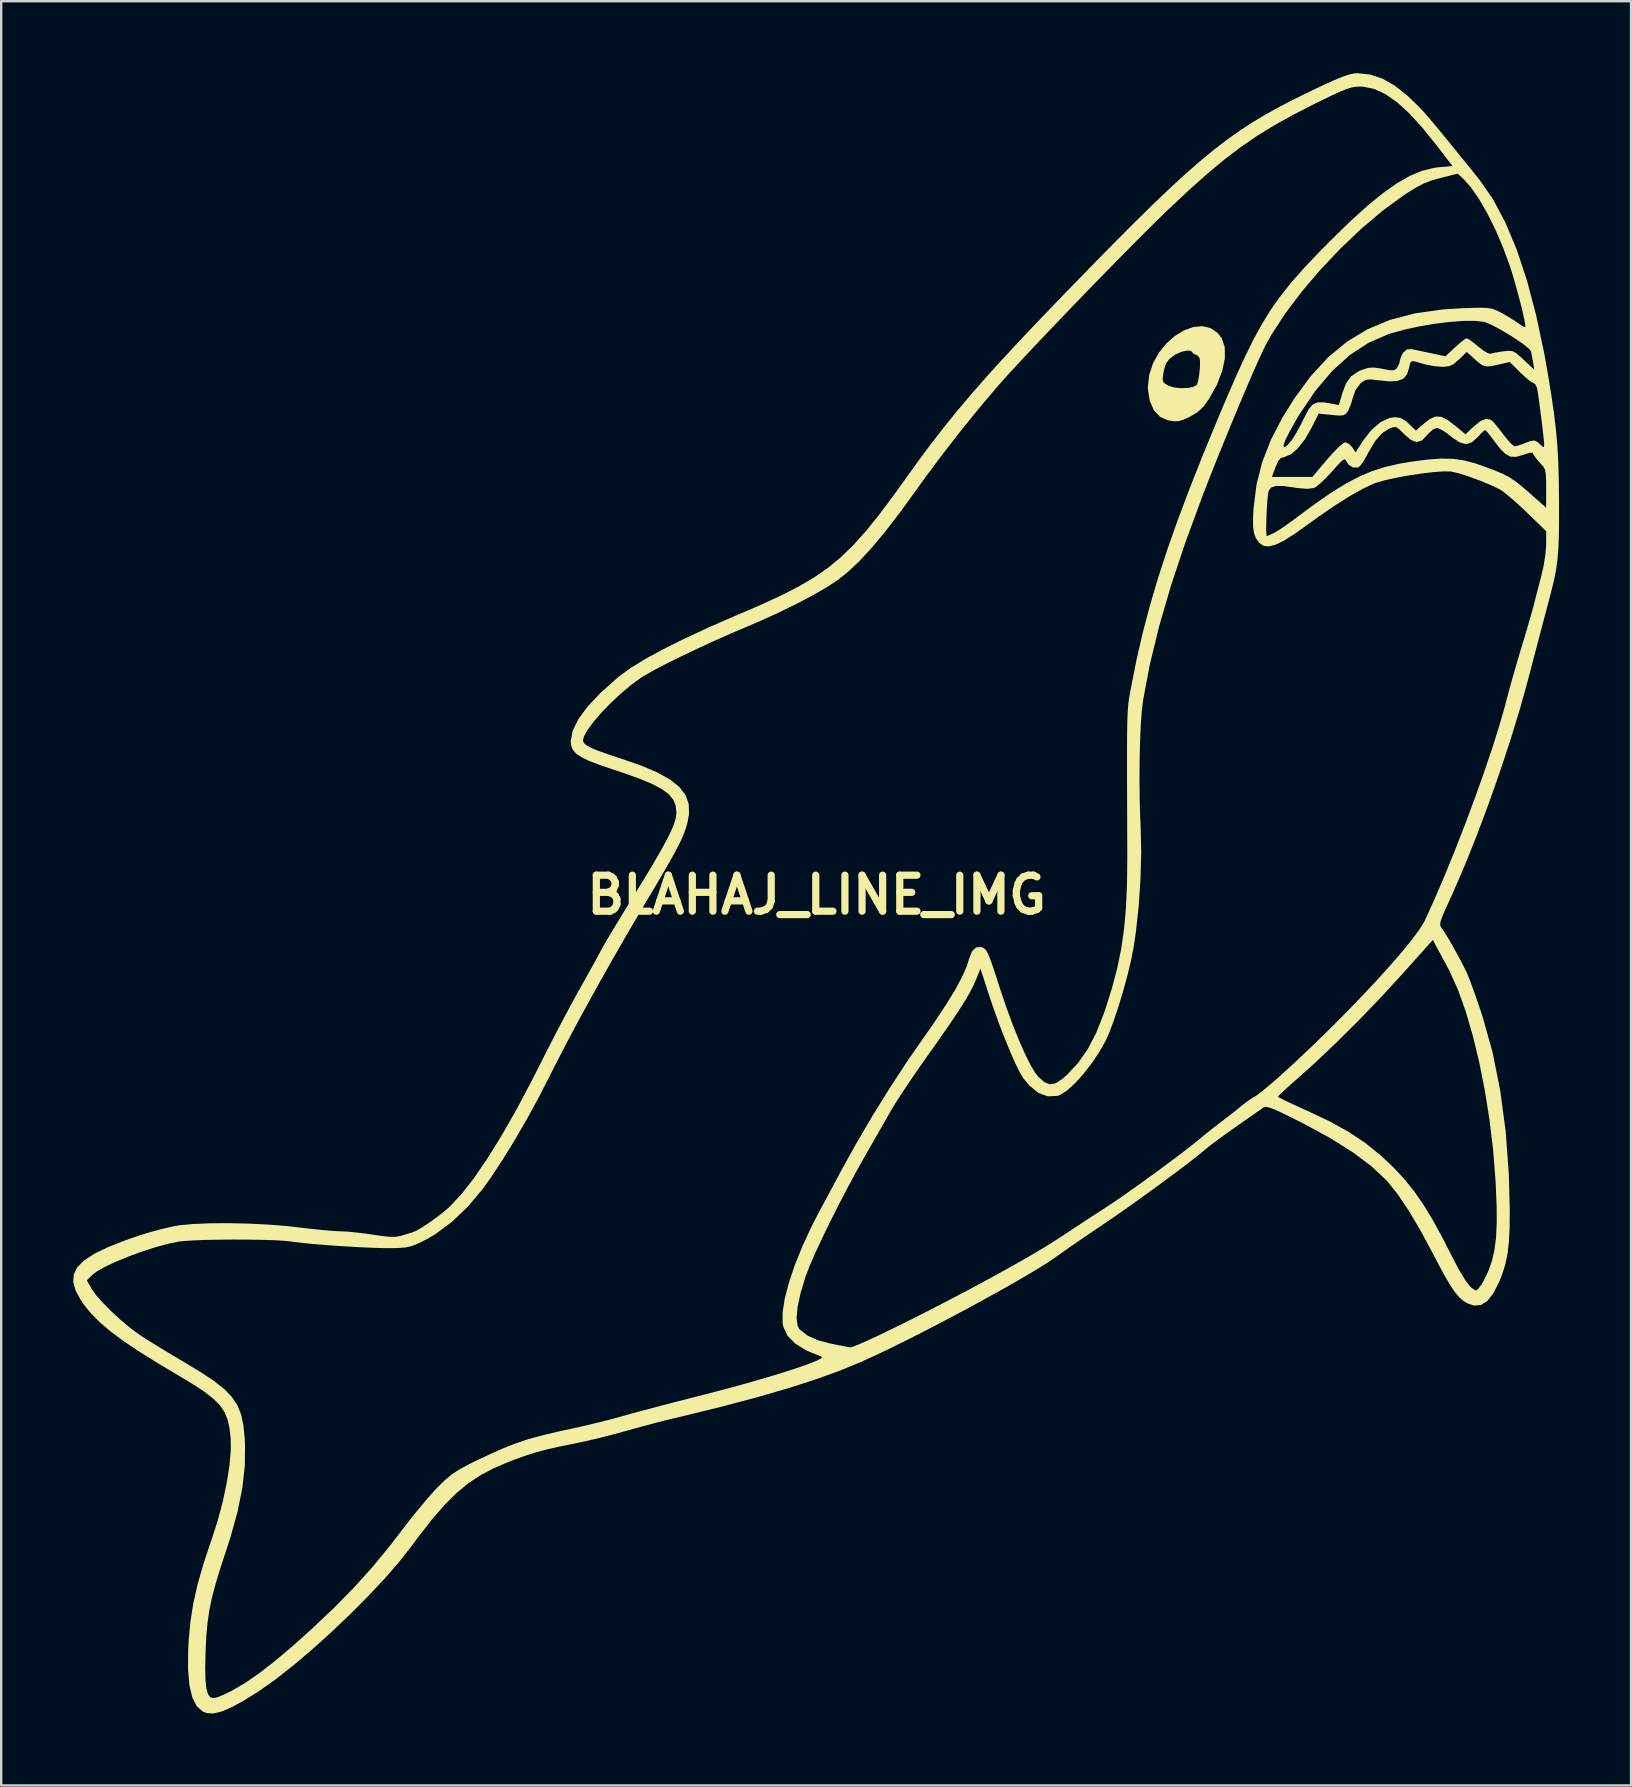
<source format=kicad_pcb>
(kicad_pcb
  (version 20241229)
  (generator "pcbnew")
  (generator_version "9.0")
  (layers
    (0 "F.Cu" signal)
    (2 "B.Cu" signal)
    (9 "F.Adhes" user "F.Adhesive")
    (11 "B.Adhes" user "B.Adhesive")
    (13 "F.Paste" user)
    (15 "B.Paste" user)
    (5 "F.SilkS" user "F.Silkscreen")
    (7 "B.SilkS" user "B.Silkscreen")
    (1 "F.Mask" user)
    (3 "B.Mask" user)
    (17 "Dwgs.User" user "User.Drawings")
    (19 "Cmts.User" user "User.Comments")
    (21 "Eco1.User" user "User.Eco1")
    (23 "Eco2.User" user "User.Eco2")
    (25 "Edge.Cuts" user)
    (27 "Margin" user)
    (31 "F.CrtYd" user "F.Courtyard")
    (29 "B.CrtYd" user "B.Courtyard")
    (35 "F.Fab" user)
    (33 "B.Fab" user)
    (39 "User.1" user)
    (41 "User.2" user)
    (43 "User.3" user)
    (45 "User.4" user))
  (footprint "BLAHAJ_LINE_IMG"
    (layer "F.Cu")
    (at 30.974 34.235)
    (property "Reference" "BLAHAJ_LINE_IMG" (at 0 0 0) (layer "F.SilkS") (effects (font (size 1.5 1.5) (thickness 0.3))))
    (attr board_only exclude_from_pos_files exclude_from_bom)
    (fp_poly (pts (xy 16.42 -23.613) (xy 16.72 -23.401) (xy 16.88 -23.188) (xy 17.005 -22.818) (xy 17.01 -22.357) (xy 16.9 -21.831) (xy 16.681 -21.263) (xy 16.357 -20.678) (xy 16.348 -20.664) (xy 16.11 -20.336) (xy 15.868 -20.11) (xy 15.572 -19.933) (xy 15.29 -19.801) (xy 15.084 -19.739) (xy 14.883 -19.734) (xy 14.647 -19.77) (xy 14.314 -19.912) (xy 14.053 -20.191) (xy 13.878 -20.584) (xy 13.803 -21.07) (xy 13.801 -21.17) (xy 13.836 -21.476) (xy 14.415 -21.476) (xy 14.457 -21.348) (xy 14.599 -21.248) (xy 14.664 -21.214) (xy 14.899 -21.14) (xy 15.192 -21.111) (xy 15.487 -21.123) (xy 15.725 -21.176) (xy 15.844 -21.256) (xy 15.898 -21.421) (xy 15.942 -21.685) (xy 15.97 -21.979) (xy 15.974 -22.234) (xy 15.955 -22.367) (xy 15.851 -22.49) (xy 15.781 -22.512) (xy 15.675 -22.561) (xy 15.663 -22.597) (xy 15.595 -22.669) (xy 15.421 -22.676) (xy 15.193 -22.624) (xy 14.957 -22.52) (xy 14.931 -22.504) (xy 14.699 -22.333) (xy 14.558 -22.141) (xy 14.472 -21.867) (xy 14.441 -21.701) (xy 14.415 -21.476) (xy 13.836 -21.476) (xy 13.86 -21.68) (xy 14.02 -22.159) (xy 14.264 -22.595) (xy 14.572 -22.975) (xy 14.925 -23.288) (xy 15.306 -23.52) (xy 15.694 -23.66) (xy 16.072 -23.695)) (stroke (width 0) (type solid)) (fill yes) (layer "F.SilkS"))
    (fp_poly (pts (xy 23.059 -34.18) (xy 23.574 -34.01) (xy 24.095 -33.713) (xy 24.64 -33.276) (xy 25.094 -32.836) (xy 25.219 -32.704) (xy 25.356 -32.553) (xy 25.516 -32.369) (xy 25.712 -32.138) (xy 25.955 -31.845) (xy 26.257 -31.476) (xy 26.63 -31.017) (xy 27.086 -30.454) (xy 27.607 -29.808) (xy 28.17 -29.001) (xy 28.689 -28.03) (xy 29.164 -26.897) (xy 29.595 -25.601) (xy 29.98 -24.144) (xy 30.322 -22.526) (xy 30.472 -21.679) (xy 30.612 -20.811) (xy 30.721 -20.063) (xy 30.802 -19.388) (xy 30.86 -18.741) (xy 30.898 -18.075) (xy 30.92 -17.344) (xy 30.931 -16.501) (xy 30.932 -16.31) (xy 30.932 -15.561) (xy 30.925 -14.949) (xy 30.905 -14.44) (xy 30.87 -14.002) (xy 30.817 -13.601) (xy 30.743 -13.205) (xy 30.643 -12.78) (xy 30.557 -12.445) (xy 30.368 -11.733) (xy 30.212 -11.142) (xy 30.078 -10.633) (xy 29.954 -10.162) (xy 29.83 -9.689) (xy 29.694 -9.171) (xy 29.64 -8.962) (xy 29.304 -7.752) (xy 28.907 -6.456) (xy 28.463 -5.114) (xy 27.988 -3.766) (xy 27.495 -2.453) (xy 26.998 -1.213) (xy 26.512 -0.088) (xy 26.358 0.247) (xy 26.17 0.659) (xy 26.05 0.947) (xy 25.989 1.139) (xy 25.979 1.261) (xy 26.012 1.341) (xy 26.02 1.352) (xy 26.142 1.525) (xy 26.316 1.808) (xy 26.52 2.162) (xy 26.731 2.543) (xy 26.925 2.911) (xy 27.08 3.225) (xy 27.12 3.313) (xy 27.218 3.559) (xy 27.353 3.925) (xy 27.51 4.371) (xy 27.674 4.855) (xy 27.754 5.097) (xy 28.162 6.556) (xy 28.481 8.145) (xy 28.708 9.848) (xy 28.841 11.648) (xy 28.879 13.125) (xy 28.873 13.858) (xy 28.843 14.458) (xy 28.784 14.961) (xy 28.691 15.403) (xy 28.559 15.82) (xy 28.448 16.098) (xy 28.202 16.589) (xy 27.948 16.917) (xy 27.677 17.088) (xy 27.382 17.108) (xy 27.132 17.025) (xy 26.949 16.918) (xy 26.774 16.766) (xy 26.592 16.548) (xy 26.389 16.246) (xy 26.151 15.838) (xy 25.864 15.305) (xy 25.704 14.996) (xy 25.163 13.989) (xy 24.663 13.145) (xy 24.202 12.461) (xy 23.78 11.936) (xy 23.732 11.884) (xy 23.117 11.307) (xy 22.342 10.725) (xy 21.404 10.135) (xy 20.301 9.536) (xy 20.281 9.526) (xy 19.752 9.259) (xy 19.352 9.065) (xy 19.062 8.934) (xy 18.86 8.859) (xy 18.726 8.831) (xy 18.641 8.843) (xy 18.614 8.858) (xy 18.494 8.943) (xy 18.265 9.104) (xy 17.956 9.32) (xy 17.596 9.572) (xy 17.468 9.661) (xy 17.08 9.936) (xy 16.716 10.201) (xy 16.413 10.429) (xy 16.204 10.594) (xy 16.171 10.623) (xy 15.917 10.835) (xy 15.547 11.125) (xy 15.086 11.475) (xy 14.56 11.866) (xy 13.993 12.281) (xy 13.41 12.702) (xy 12.835 13.11) (xy 12.293 13.487) (xy 11.896 13.757) (xy 11.429 14.072) (xy 10.969 14.385) (xy 10.553 14.673) (xy 10.213 14.911) (xy 10.009 15.058) (xy 9.658 15.299) (xy 9.175 15.601) (xy 8.582 15.953) (xy 7.901 16.343) (xy 7.153 16.76) (xy 6.36 17.193) (xy 5.542 17.629) (xy 4.722 18.058) (xy 3.92 18.467) (xy 3.159 18.845) (xy 2.459 19.181) (xy 1.845 19.461) (xy 0.971 19.821) (xy -0.025 20.181) (xy -1.151 20.544) (xy -2.418 20.913) (xy -3.832 21.29) (xy -5.403 21.678) (xy -6.011 21.822) (xy -6.368 21.909) (xy -6.831 22.03) (xy -7.346 22.168) (xy -7.856 22.309) (xy -7.94 22.333) (xy -8.468 22.477) (xy -9.034 22.621) (xy -9.573 22.749) (xy -10.021 22.845) (xy -10.057 22.852) (xy -10.715 22.985) (xy -11.256 23.108) (xy -11.729 23.236) (xy -12.187 23.383) (xy -12.678 23.563) (xy -12.854 23.632) (xy -13.463 23.892) (xy -14.009 24.181) (xy -14.515 24.517) (xy -15.001 24.918) (xy -15.489 25.403) (xy -16.001 25.99) (xy -16.557 26.699) (xy -16.906 27.17) (xy -17.402 27.801) (xy -18.012 28.501) (xy -18.71 29.243) (xy -19.468 30.003) (xy -20.26 30.755) (xy -21.059 31.473) (xy -21.839 32.132) (xy -22.571 32.706) (xy -23.23 33.171) (xy -23.241 33.178) (xy -23.863 33.566) (xy -24.375 33.847) (xy -24.792 34.024) (xy -25.13 34.104) (xy -25.404 34.092) (xy -25.579 34.025) (xy -25.829 33.799) (xy -26.013 33.433) (xy -26.133 32.924) (xy -26.19 32.267) (xy -26.184 31.457) (xy -26.162 31.046) (xy -26.088 30.268) (xy -25.968 29.509) (xy -25.792 28.727) (xy -25.551 27.883) (xy -25.236 26.937) (xy -25.192 26.812) (xy -24.949 26.056) (xy -24.742 25.274) (xy -24.578 24.503) (xy -24.465 23.78) (xy -24.408 23.141) (xy -24.412 22.671) (xy -24.46 22.232) (xy -24.54 21.864) (xy -24.67 21.546) (xy -24.868 21.257) (xy -25.151 20.975) (xy -25.535 20.681) (xy -26.039 20.353) (xy -26.623 20.003) (xy -27.518 19.469) (xy -28.274 18.995) (xy -28.907 18.568) (xy -29.431 18.177) (xy -29.862 17.81) (xy -30.215 17.456) (xy -30.506 17.102) (xy -30.665 16.871) (xy -30.876 16.48) (xy -30.974 16.129) (xy -30.969 16.058) (xy -30.405 16.058) (xy -30.211 16.404) (xy -30.019 16.676) (xy -29.721 17.012) (xy -29.352 17.382) (xy -28.943 17.754) (xy -28.529 18.095) (xy -28.143 18.374) (xy -28.136 18.379) (xy -27.859 18.555) (xy -27.476 18.792) (xy -27.03 19.063) (xy -26.561 19.343) (xy -26.324 19.483) (xy -25.642 19.896) (xy -25.098 20.259) (xy -24.676 20.594) (xy -24.359 20.923) (xy -24.132 21.268) (xy -23.979 21.65) (xy -23.884 22.091) (xy -23.831 22.612) (xy -23.816 22.894) (xy -23.823 23.769) (xy -23.924 24.689) (xy -24.122 25.68) (xy -24.423 26.765) (xy -24.602 27.32) (xy -24.855 28.089) (xy -25.051 28.739) (xy -25.199 29.306) (xy -25.306 29.829) (xy -25.38 30.346) (xy -25.428 30.893) (xy -25.458 31.508) (xy -25.459 31.525) (xy -25.474 32.182) (xy -25.464 32.686) (xy -25.428 33.052) (xy -25.362 33.295) (xy -25.263 33.429) (xy -25.131 33.47) (xy -24.977 33.432) (xy -24.724 33.331) (xy -24.422 33.187) (xy -24.354 33.152) (xy -23.815 32.837) (xy -23.219 32.425) (xy -22.552 31.907) (xy -21.804 31.273) (xy -21.064 30.609) (xy -20.114 29.711) (xy -19.275 28.858) (xy -18.51 28.009) (xy -17.783 27.125) (xy -17.332 26.539) (xy -16.984 26.087) (xy -16.615 25.627) (xy -16.258 25.2) (xy -15.947 24.847) (xy -15.809 24.7) (xy -15.486 24.383) (xy -15.197 24.141) (xy -14.887 23.937) (xy -14.498 23.728) (xy -14.302 23.631) (xy -13.629 23.311) (xy -13.057 23.057) (xy -12.538 22.852) (xy -12.026 22.681) (xy -11.474 22.528) (xy -10.837 22.376) (xy -10.268 22.253) (xy -9.721 22.131) (xy -9.123 21.988) (xy -8.547 21.842) (xy -8.067 21.71) (xy -7.713 21.611) (xy -7.229 21.48) (xy -6.648 21.326) (xy -6.004 21.158) (xy -5.33 20.984) (xy -4.699 20.823) (xy -3.916 20.621) (xy -3.157 20.415) (xy -2.437 20.211) (xy -1.771 20.014) (xy -1.175 19.828) (xy -0.664 19.659) (xy -0.253 19.511) (xy 0.041 19.391) (xy 0.204 19.301) (xy 0.22 19.248) (xy 0.212 19.245) (xy -0.421 18.984) (xy -0.894 18.693) (xy -1.213 18.366) (xy -1.387 17.994) (xy -1.414 17.853) (xy -1.416 17.616) (xy -0.835 17.616) (xy -0.794 17.948) (xy -0.711 18.104) (xy -0.392 18.354) (xy 0.058 18.557) (xy 0.508 18.678) (xy 0.878 18.753) (xy 1.119 18.8) (xy 1.266 18.828) (xy 1.356 18.842) (xy 1.423 18.849) (xy 1.534 18.817) (xy 1.769 18.723) (xy 2.098 18.578) (xy 2.493 18.396) (xy 2.749 18.274) (xy 3.649 17.834) (xy 4.579 17.366) (xy 5.517 16.882) (xy 6.44 16.396) (xy 7.325 15.918) (xy 8.149 15.462) (xy 8.89 15.04) (xy 9.525 14.663) (xy 10.032 14.344) (xy 10.075 14.316) (xy 10.547 14.004) (xy 11.021 13.692) (xy 11.46 13.404) (xy 11.824 13.167) (xy 12.023 13.04) (xy 12.372 12.809) (xy 12.814 12.504) (xy 13.319 12.148) (xy 13.855 11.762) (xy 14.394 11.368) (xy 14.903 10.99) (xy 15.352 10.65) (xy 15.711 10.368) (xy 15.875 10.234) (xy 16.204 9.963) (xy 16.562 9.678) (xy 16.849 9.459) (xy 17.165 9.218) (xy 17.494 8.959) (xy 17.693 8.795) (xy 17.932 8.607) (xy 18.143 8.463) (xy 18.244 8.409) (xy 18.247 8.407) (xy 19.22 8.407) (xy 19.294 8.455) (xy 19.497 8.558) (xy 19.803 8.704) (xy 20.187 8.88) (xy 20.465 9.005) (xy 21.379 9.438) (xy 22.163 9.872) (xy 22.854 10.331) (xy 23.488 10.841) (xy 24.052 11.373) (xy 24.483 11.837) (xy 24.884 12.334) (xy 25.272 12.89) (xy 25.664 13.533) (xy 26.078 14.289) (xy 26.458 15.036) (xy 26.767 15.627) (xy 27.035 16.066) (xy 27.259 16.349) (xy 27.436 16.474) (xy 27.477 16.48) (xy 27.568 16.411) (xy 27.699 16.234) (xy 27.791 16.077) (xy 27.986 15.673) (xy 28.134 15.255) (xy 28.24 14.799) (xy 28.307 14.279) (xy 28.336 13.671) (xy 28.332 12.951) (xy 28.296 12.094) (xy 28.282 11.851) (xy 28.183 10.606) (xy 28.033 9.36) (xy 27.838 8.137) (xy 27.604 6.96) (xy 27.335 5.852) (xy 27.038 4.838) (xy 26.717 3.942) (xy 26.377 3.187) (xy 26.31 3.058) (xy 26.13 2.725) (xy 25.963 2.415) (xy 25.839 2.184) (xy 25.82 2.148) (xy 25.675 1.875) (xy 24.403 3.295) (xy 23.521 4.256) (xy 22.601 5.213) (xy 21.677 6.132) (xy 20.785 6.978) (xy 20.045 7.643) (xy 19.736 7.915) (xy 19.48 8.147) (xy 19.3 8.317) (xy 19.222 8.402) (xy 19.22 8.407) (xy 18.247 8.407) (xy 18.368 8.329) (xy 18.589 8.158) (xy 18.877 7.919) (xy 19.205 7.635) (xy 19.289 7.561) (xy 19.983 6.927) (xy 20.688 6.26) (xy 21.391 5.574) (xy 22.079 4.883) (xy 22.736 4.202) (xy 23.351 3.545) (xy 23.91 2.926) (xy 24.398 2.361) (xy 24.804 1.863) (xy 25.112 1.447) (xy 25.311 1.127) (xy 25.333 1.082) (xy 25.736 0.199) (xy 26.156 -0.781) (xy 26.583 -1.828) (xy 27.006 -2.911) (xy 27.414 -4.002) (xy 27.795 -5.07) (xy 28.14 -6.086) (xy 28.435 -7.02) (xy 28.672 -7.843) (xy 28.742 -8.113) (xy 28.844 -8.502) (xy 28.982 -9) (xy 29.141 -9.552) (xy 29.304 -10.104) (xy 29.369 -10.321) (xy 29.517 -10.812) (xy 29.655 -11.279) (xy 29.772 -11.684) (xy 29.857 -11.989) (xy 29.887 -12.105) (xy 29.958 -12.388) (xy 30.056 -12.765) (xy 30.162 -13.17) (xy 30.193 -13.29) (xy 30.294 -13.736) (xy 30.365 -14.19) (xy 30.395 -14.57) (xy 30.395 -14.602) (xy 30.395 -15.153) (xy 29.574 -15.951) (xy 29.242 -16.263) (xy 28.925 -16.543) (xy 28.656 -16.762) (xy 28.469 -16.893) (xy 28.452 -16.902) (xy 28.049 -17.091) (xy 27.601 -17.275) (xy 27.154 -17.439) (xy 26.756 -17.565) (xy 26.455 -17.635) (xy 26.416 -17.641) (xy 26.12 -17.646) (xy 25.702 -17.616) (xy 25.208 -17.557) (xy 24.679 -17.477) (xy 24.159 -17.382) (xy 23.692 -17.279) (xy 23.321 -17.175) (xy 23.2 -17.131) (xy 22.747 -16.916) (xy 22.193 -16.603) (xy 21.567 -16.207) (xy 20.892 -15.744) (xy 20.465 -15.434) (xy 19.914 -15.04) (xy 19.469 -14.76) (xy 19.114 -14.588) (xy 18.835 -14.518) (xy 18.618 -14.545) (xy 18.446 -14.663) (xy 18.434 -14.675) (xy 18.303 -14.857) (xy 18.222 -15.075) (xy 18.208 -15.181) (xy 18.731 -15.181) (xy 18.741 -14.999) (xy 18.757 -14.951) (xy 18.857 -14.986) (xy 19.041 -15.073) (xy 19.075 -15.09) (xy 19.265 -15.204) (xy 19.54 -15.39) (xy 19.853 -15.615) (xy 19.981 -15.711) (xy 20.755 -16.285) (xy 21.432 -16.754) (xy 22.04 -17.131) (xy 22.604 -17.428) (xy 23.15 -17.658) (xy 23.705 -17.833) (xy 24.295 -17.968) (xy 24.786 -18.05) (xy 25.473 -18.14) (xy 26.04 -18.179) (xy 26.529 -18.167) (xy 26.982 -18.101) (xy 27.443 -17.978) (xy 27.722 -17.882) (xy 28.196 -17.706) (xy 28.553 -17.559) (xy 28.837 -17.416) (xy 29.093 -17.25) (xy 29.365 -17.036) (xy 29.696 -16.749) (xy 29.723 -16.726) (xy 30.395 -16.131) (xy 30.395 -16.936) (xy 30.393 -17.315) (xy 30.378 -17.566) (xy 30.341 -17.731) (xy 30.273 -17.853) (xy 30.164 -17.973) (xy 30.155 -17.982) (xy 29.99 -18.169) (xy 29.883 -18.325) (xy 29.872 -18.35) (xy 29.827 -18.419) (xy 29.728 -18.425) (xy 29.532 -18.367) (xy 29.432 -18.331) (xy 29.142 -18.25) (xy 28.907 -18.259) (xy 28.692 -18.375) (xy 28.46 -18.613) (xy 28.263 -18.871) (xy 28.08 -19.114) (xy 27.935 -19.291) (xy 27.855 -19.368) (xy 27.852 -19.369) (xy 27.771 -19.311) (xy 27.623 -19.163) (xy 27.539 -19.071) (xy 27.299 -18.855) (xy 27.062 -18.78) (xy 26.801 -18.847) (xy 26.485 -19.057) (xy 26.416 -19.114) (xy 26.174 -19.294) (xy 25.957 -19.418) (xy 25.837 -19.454) (xy 25.673 -19.387) (xy 25.484 -19.215) (xy 25.437 -19.156) (xy 25.219 -18.935) (xy 25.004 -18.866) (xy 24.767 -18.951) (xy 24.486 -19.191) (xy 24.475 -19.202) (xy 24.282 -19.395) (xy 24.152 -19.485) (xy 24.033 -19.49) (xy 23.868 -19.431) (xy 23.851 -19.424) (xy 23.559 -19.236) (xy 23.277 -18.915) (xy 22.992 -18.444) (xy 22.916 -18.296) (xy 22.774 -18.048) (xy 22.636 -17.867) (xy 22.561 -17.808) (xy 22.353 -17.807) (xy 22.158 -17.927) (xy 22.057 -18.089) (xy 22.018 -18.148) (xy 21.944 -18.13) (xy 21.815 -18.019) (xy 21.612 -17.8) (xy 21.474 -17.643) (xy 21.217 -17.366) (xy 20.973 -17.135) (xy 20.78 -16.985) (xy 20.716 -16.952) (xy 20.444 -16.918) (xy 20.02 -16.953) (xy 19.854 -16.979) (xy 19.427 -17.037) (xy 19.135 -17.038) (xy 18.949 -16.979) (xy 18.845 -16.857) (xy 18.836 -16.838) (xy 18.808 -16.7) (xy 18.782 -16.452) (xy 18.76 -16.135) (xy 18.743 -15.79) (xy 18.733 -15.458) (xy 18.731 -15.181) (xy 18.208 -15.181) (xy 18.184 -15.366) (xy 18.185 -15.764) (xy 18.207 -16.14) (xy 18.329 -17.1) (xy 18.409 -17.415) (xy 18.968 -17.415) (xy 19.812 -17.415) (xy 20.656 -17.415) (xy 21.266 -18.137) (xy 21.535 -18.44) (xy 21.772 -18.677) (xy 21.949 -18.824) (xy 22.027 -18.859) (xy 22.18 -18.793) (xy 22.317 -18.647) (xy 22.455 -18.436) (xy 22.78 -18.941) (xy 23.121 -19.379) (xy 23.495 -19.695) (xy 23.875 -19.872) (xy 24.083 -19.903) (xy 24.323 -19.874) (xy 24.541 -19.748) (xy 24.676 -19.628) (xy 24.968 -19.343) (xy 25.27 -19.61) (xy 25.551 -19.829) (xy 25.791 -19.933) (xy 26.027 -19.918) (xy 26.297 -19.782) (xy 26.639 -19.522) (xy 26.671 -19.495) (xy 27.035 -19.19) (xy 27.339 -19.482) (xy 27.648 -19.735) (xy 27.896 -19.837) (xy 28.095 -19.793) (xy 28.123 -19.772) (xy 28.239 -19.653) (xy 28.415 -19.44) (xy 28.613 -19.181) (xy 28.616 -19.177) (xy 28.808 -18.937) (xy 28.973 -18.762) (xy 29.078 -18.689) (xy 29.083 -18.689) (xy 29.226 -18.72) (xy 29.444 -18.796) (xy 29.493 -18.816) (xy 29.749 -18.913) (xy 29.912 -18.93) (xy 30.043 -18.865) (xy 30.141 -18.774) (xy 30.262 -18.66) (xy 30.305 -18.666) (xy 30.311 -18.77) (xy 30.3 -18.927) (xy 30.27 -19.211) (xy 30.228 -19.576) (xy 30.177 -19.982) (xy 30.125 -20.385) (xy 30.075 -20.743) (xy 30.035 -21.012) (xy 30.013 -21.131) (xy 29.94 -21.28) (xy 29.867 -21.322) (xy 29.761 -21.379) (xy 29.576 -21.527) (xy 29.348 -21.736) (xy 29.322 -21.762) (xy 28.877 -22.203) (xy 28.445 -22.102) (xy 28.122 -22.033) (xy 27.906 -22.017) (xy 27.739 -22.066) (xy 27.565 -22.191) (xy 27.428 -22.313) (xy 27.086 -22.623) (xy 26.768 -22.313) (xy 26.548 -22.12) (xy 26.353 -22.028) (xy 26.107 -22.002) (xy 26.066 -22.002) (xy 25.74 -22.029) (xy 25.382 -22.097) (xy 25.265 -22.129) (xy 24.984 -22.212) (xy 24.825 -22.239) (xy 24.747 -22.199) (xy 24.708 -22.079) (xy 24.688 -21.971) (xy 24.603 -21.694) (xy 24.453 -21.513) (xy 24.216 -21.416) (xy 23.867 -21.396) (xy 23.383 -21.443) (xy 23.363 -21.446) (xy 23.08 -21.477) (xy 22.898 -21.461) (xy 22.753 -21.387) (xy 22.66 -21.311) (xy 22.454 -21.038) (xy 22.343 -20.728) (xy 22.261 -20.444) (xy 22.159 -20.2) (xy 22.127 -20.144) (xy 22.042 -20.035) (xy 21.938 -19.981) (xy 21.766 -19.971) (xy 21.478 -19.995) (xy 21.456 -19.997) (xy 20.917 -20.052) (xy 20.619 -19.459) (xy 20.344 -18.983) (xy 20.052 -18.608) (xy 19.765 -18.357) (xy 19.5 -18.249) (xy 19.5 -18.249) (xy 19.344 -18.202) (xy 19.231 -18.078) (xy 19.123 -17.833) (xy 19.117 -17.818) (xy 18.968 -17.415) (xy 18.409 -17.415) (xy 18.563 -18.025) (xy 18.836 -18.732) (xy 19.452 -18.732) (xy 19.472 -18.65) (xy 19.509 -18.655) (xy 19.628 -18.75) (xy 19.784 -18.934) (xy 19.841 -19.014) (xy 19.988 -19.255) (xy 20.165 -19.578) (xy 20.321 -19.892) (xy 20.5 -20.232) (xy 20.671 -20.434) (xy 20.875 -20.521) (xy 21.156 -20.517) (xy 21.37 -20.483) (xy 21.761 -20.41) (xy 21.897 -20.887) (xy 22.053 -21.307) (xy 22.262 -21.598) (xy 22.558 -21.803) (xy 22.736 -21.88) (xy 22.978 -21.957) (xy 23.2 -21.974) (xy 23.48 -21.937) (xy 23.586 -21.916) (xy 23.866 -21.863) (xy 24.031 -21.856) (xy 24.128 -21.899) (xy 24.188 -21.967) (xy 24.279 -22.15) (xy 24.299 -22.254) (xy 24.346 -22.421) (xy 24.437 -22.586) (xy 24.592 -22.73) (xy 24.795 -22.737) (xy 24.797 -22.737) (xy 24.992 -22.696) (xy 25.288 -22.633) (xy 25.61 -22.565) (xy 26.201 -22.44) (xy 26.601 -22.816) (xy 26.82 -23.009) (xy 26.995 -23.145) (xy 27.085 -23.191) (xy 27.188 -23.139) (xy 27.374 -23.004) (xy 27.565 -22.847) (xy 27.791 -22.672) (xy 27.979 -22.565) (xy 28.077 -22.546) (xy 28.225 -22.583) (xy 28.47 -22.626) (xy 28.609 -22.646) (xy 28.833 -22.67) (xy 28.992 -22.654) (xy 29.141 -22.576) (xy 29.332 -22.414) (xy 29.464 -22.291) (xy 29.902 -21.88) (xy 29.846 -22.217) (xy 29.802 -22.458) (xy 29.765 -22.632) (xy 29.758 -22.655) (xy 29.664 -22.769) (xy 29.454 -22.939) (xy 29.164 -23.141) (xy 28.828 -23.355) (xy 28.482 -23.558) (xy 28.161 -23.729) (xy 27.9 -23.844) (xy 27.798 -23.876) (xy 27.434 -23.918) (xy 26.945 -23.915) (xy 26.367 -23.872) (xy 25.738 -23.793) (xy 25.093 -23.683) (xy 24.47 -23.547) (xy 23.905 -23.389) (xy 23.812 -23.359) (xy 22.99 -23.001) (xy 22.214 -22.492) (xy 21.479 -21.828) (xy 20.781 -21.005) (xy 20.116 -20.02) (xy 19.973 -19.779) (xy 19.703 -19.298) (xy 19.529 -18.949) (xy 19.452 -18.732) (xy 18.836 -18.732) (xy 18.918 -18.944) (xy 19.406 -19.887) (xy 19.902 -20.681) (xy 20.592 -21.618) (xy 21.319 -22.406) (xy 22.1 -23.052) (xy 22.949 -23.565) (xy 23.883 -23.954) (xy 24.916 -24.226) (xy 26.064 -24.39) (xy 26.884 -24.442) (xy 27.358 -24.459) (xy 27.698 -24.464) (xy 27.942 -24.454) (xy 28.123 -24.425) (xy 28.279 -24.373) (xy 28.446 -24.295) (xy 28.493 -24.271) (xy 28.796 -24.101) (xy 29.09 -23.917) (xy 29.204 -23.836) (xy 29.388 -23.71) (xy 29.508 -23.65) (xy 29.528 -23.652) (xy 29.526 -23.749) (xy 29.484 -23.977) (xy 29.411 -24.304) (xy 29.314 -24.699) (xy 29.201 -25.128) (xy 29.08 -25.56) (xy 28.96 -25.964) (xy 28.877 -26.22) (xy 28.597 -26.982) (xy 28.28 -27.718) (xy 27.94 -28.401) (xy 27.592 -29.001) (xy 27.253 -29.491) (xy 26.952 -29.828) (xy 26.712 -30.051) (xy 25.99 -29.87) (xy 25.622 -29.767) (xy 25.302 -29.643) (xy 24.977 -29.475) (xy 24.592 -29.235) (xy 24.424 -29.123) (xy 23.563 -28.491) (xy 22.686 -27.748) (xy 21.817 -26.921) (xy 20.983 -26.04) (xy 20.211 -25.132) (xy 19.527 -24.226) (xy 18.956 -23.351) (xy 18.725 -22.941) (xy 18.582 -22.649) (xy 18.386 -22.222) (xy 18.147 -21.681) (xy 17.875 -21.047) (xy 17.578 -20.344) (xy 17.266 -19.593) (xy 16.947 -18.816) (xy 16.633 -18.036) (xy 16.33 -17.274) (xy 16.088 -16.65) (xy 15.37 -14.705) (xy 14.763 -12.883) (xy 14.268 -11.182) (xy 13.882 -9.598) (xy 13.605 -8.128) (xy 13.596 -8.07) (xy 13.544 -7.621) (xy 13.503 -7.035) (xy 13.474 -6.344) (xy 13.456 -5.582) (xy 13.452 -4.781) (xy 13.46 -3.973) (xy 13.483 -3.193) (xy 13.5 -2.803) (xy 13.523 -1.784) (xy 13.494 -0.672) (xy 13.419 0.466) (xy 13.3 1.561) (xy 13.203 2.209) (xy 13.096 2.748) (xy 12.948 3.364) (xy 12.77 4.014) (xy 12.575 4.657) (xy 12.376 5.251) (xy 12.186 5.755) (xy 12.043 6.074) (xy 11.771 6.556) (xy 11.451 7.032) (xy 11.104 7.475) (xy 10.755 7.858) (xy 10.426 8.154) (xy 10.141 8.337) (xy 10.042 8.373) (xy 9.632 8.394) (xy 9.237 8.247) (xy 8.853 7.932) (xy 8.616 7.645) (xy 8.468 7.4) (xy 8.281 7.021) (xy 8.066 6.536) (xy 7.835 5.973) (xy 7.599 5.361) (xy 7.37 4.726) (xy 7.19 4.192) (xy 6.826 3.074) (xy 6.643 3.525) (xy 6.525 3.791) (xy 6.371 4.087) (xy 6.17 4.431) (xy 5.912 4.838) (xy 5.585 5.326) (xy 5.179 5.914) (xy 4.682 6.617) (xy 4.615 6.711) (xy 4.26 7.216) (xy 3.912 7.723) (xy 3.592 8.202) (xy 3.323 8.618) (xy 3.125 8.938) (xy 3.087 9.005) (xy 2.876 9.375) (xy 2.616 9.832) (xy 2.341 10.312) (xy 2.115 10.704) (xy 1.726 11.393) (xy 1.331 12.124) (xy 0.941 12.87) (xy 0.57 13.603) (xy 0.233 14.298) (xy -0.06 14.927) (xy -0.293 15.464) (xy -0.454 15.883) (xy -0.46 15.901) (xy -0.667 16.581) (xy -0.792 17.156) (xy -0.835 17.616) (xy -1.416 17.616) (xy -1.418 17.403) (xy -1.331 16.836) (xy -1.161 16.174) (xy -0.914 15.438) (xy -0.598 14.65) (xy -0.219 13.832) (xy 0.076 13.258) (xy 0.322 12.801) (xy 0.561 12.356) (xy 0.771 11.964) (xy 0.932 11.662) (xy 0.99 11.553) (xy 1.628 10.398) (xy 2.331 9.199) (xy 3.068 8.013) (xy 3.803 6.893) (xy 4.308 6.165) (xy 4.9 5.317) (xy 5.385 4.585) (xy 5.768 3.959) (xy 6.054 3.428) (xy 6.251 2.983) (xy 6.354 2.656) (xy 6.474 2.354) (xy 6.648 2.188) (xy 6.856 2.171) (xy 6.931 2.202) (xy 7.004 2.25) (xy 7.069 2.322) (xy 7.137 2.441) (xy 7.217 2.631) (xy 7.318 2.915) (xy 7.451 3.315) (xy 7.622 3.847) (xy 7.881 4.619) (xy 8.147 5.349) (xy 8.413 6.015) (xy 8.668 6.597) (xy 8.904 7.072) (xy 9.11 7.42) (xy 9.23 7.572) (xy 9.486 7.8) (xy 9.718 7.894) (xy 9.957 7.85) (xy 10.237 7.667) (xy 10.431 7.497) (xy 10.892 7.005) (xy 11.289 6.437) (xy 11.64 5.766) (xy 11.96 4.961) (xy 12.049 4.702) (xy 12.315 3.85) (xy 12.526 3.045) (xy 12.689 2.252) (xy 12.807 1.436) (xy 12.886 0.563) (xy 12.93 -0.402) (xy 12.944 -1.493) (xy 12.944 -1.741) (xy 12.939 -2.886) (xy 12.936 -3.873) (xy 12.933 -4.718) (xy 12.932 -5.434) (xy 12.932 -6.034) (xy 12.935 -6.531) (xy 12.939 -6.94) (xy 12.947 -7.273) (xy 12.957 -7.545) (xy 12.97 -7.768) (xy 12.987 -7.957) (xy 13.008 -8.124) (xy 13.034 -8.284) (xy 13.063 -8.449) (xy 13.098 -8.634) (xy 13.112 -8.707) (xy 13.331 -9.808) (xy 13.583 -10.904) (xy 13.874 -12.012) (xy 14.21 -13.152) (xy 14.596 -14.342) (xy 15.039 -15.6) (xy 15.545 -16.944) (xy 16.119 -18.393) (xy 16.769 -19.965) (xy 17.026 -20.573) (xy 17.45 -21.555) (xy 17.836 -22.402) (xy 18.2 -23.14) (xy 18.559 -23.794) (xy 18.929 -24.39) (xy 19.328 -24.953) (xy 19.772 -25.51) (xy 20.278 -26.085) (xy 20.864 -26.705) (xy 21.419 -27.269) (xy 22.224 -28.054) (xy 22.945 -28.707) (xy 23.594 -29.237) (xy 24.183 -29.652) (xy 24.725 -29.961) (xy 25.23 -30.17) (xy 25.713 -30.29) (xy 25.907 -30.315) (xy 26.49 -30.37) (xy 25.85 -31.204) (xy 25.24 -31.962) (xy 24.683 -32.57) (xy 24.169 -33.037) (xy 23.687 -33.371) (xy 23.227 -33.58) (xy 22.778 -33.672) (xy 22.646 -33.678) (xy 22.476 -33.672) (xy 22.302 -33.643) (xy 22.096 -33.581) (xy 21.833 -33.476) (xy 21.488 -33.32) (xy 21.034 -33.1) (xy 20.695 -32.933) (xy 19.842 -32.495) (xy 19.071 -32.067) (xy 18.357 -31.628) (xy 17.673 -31.159) (xy 16.99 -30.64) (xy 16.282 -30.051) (xy 15.522 -29.373) (xy 14.683 -28.586) (xy 14.613 -28.52) (xy 14.18 -28.099) (xy 13.661 -27.585) (xy 13.074 -26.995) (xy 12.437 -26.348) (xy 11.768 -25.664) (xy 11.086 -24.961) (xy 10.408 -24.258) (xy 9.754 -23.574) (xy 9.14 -22.927) (xy 8.586 -22.337) (xy 8.109 -21.822) (xy 7.728 -21.402) (xy 7.62 -21.28) (xy 6.86 -20.388) (xy 6.063 -19.407) (xy 5.273 -18.394) (xy 4.536 -17.406) (xy 4.208 -16.949) (xy 3.513 -15.989) (xy 2.885 -15.17) (xy 2.313 -14.482) (xy 1.788 -13.913) (xy 1.302 -13.454) (xy 0.888 -13.124) (xy 0.414 -12.813) (xy -0.192 -12.464) (xy -0.902 -12.093) (xy -1.687 -11.713) (xy -2.519 -11.339) (xy -2.887 -11.183) (xy -3.586 -10.884) (xy -4.3 -10.567) (xy -5.001 -10.244) (xy -5.665 -9.927) (xy -6.264 -9.63) (xy -6.773 -9.364) (xy -7.166 -9.142) (xy -7.325 -9.043) (xy -7.735 -8.744) (xy -8.156 -8.39) (xy -8.568 -8.005) (xy -8.949 -7.611) (xy -9.278 -7.233) (xy -9.532 -6.892) (xy -9.692 -6.612) (xy -9.737 -6.442) (xy -9.706 -6.341) (xy -9.601 -6.24) (xy -9.405 -6.13) (xy -9.098 -6.002) (xy -8.662 -5.847) (xy -8.143 -5.676) (xy -7.304 -5.385) (xy -6.625 -5.096) (xy -6.097 -4.8) (xy -5.712 -4.489) (xy -5.459 -4.155) (xy -5.329 -3.787) (xy -5.315 -3.378) (xy -5.383 -3.005) (xy -5.442 -2.795) (xy -5.516 -2.584) (xy -5.613 -2.352) (xy -5.743 -2.081) (xy -5.916 -1.753) (xy -6.142 -1.35) (xy -6.429 -0.852) (xy -6.789 -0.243) (xy -7.11 0.297) (xy -7.837 1.531) (xy -8.551 2.771) (xy -9.236 3.99) (xy -9.879 5.161) (xy -10.462 6.256) (xy -10.973 7.248) (xy -11.15 7.603) (xy -11.591 8.463) (xy -12.073 9.343) (xy -12.574 10.208) (xy -13.074 11.02) (xy -13.549 11.743) (xy -13.916 12.256) (xy -14.531 12.988) (xy -15.197 13.624) (xy -15.884 14.135) (xy -16.252 14.349) (xy -16.599 14.523) (xy -16.867 14.63) (xy -17.121 14.687) (xy -17.429 14.712) (xy -17.628 14.718) (xy -18 14.718) (xy -18.492 14.703) (xy -19.065 14.677) (xy -19.68 14.641) (xy -20.298 14.6) (xy -20.879 14.554) (xy -21.384 14.506) (xy -21.775 14.46) (xy -21.886 14.443) (xy -22.171 14.412) (xy -22.59 14.388) (xy -23.109 14.372) (xy -23.693 14.362) (xy -24.309 14.36) (xy -24.921 14.365) (xy -25.494 14.377) (xy -25.995 14.397) (xy -26.389 14.423) (xy -26.585 14.446) (xy -27.044 14.541) (xy -27.568 14.686) (xy -28.123 14.866) (xy -28.676 15.069) (xy -29.194 15.282) (xy -29.643 15.493) (xy -29.99 15.688) (xy -30.186 15.838) (xy -30.405 16.058) (xy -30.969 16.058) (xy -30.951 15.807) (xy -30.8 15.509) (xy -30.515 15.225) (xy -30.087 14.948) (xy -29.511 14.67) (xy -28.778 14.384) (xy -28.236 14.196) (xy -27.77 14.052) (xy -27.286 13.921) (xy -26.847 13.819) (xy -26.558 13.767) (xy -25.993 13.713) (xy -25.301 13.683) (xy -24.526 13.677) (xy -23.707 13.694) (xy -22.888 13.733) (xy -22.11 13.794) (xy -21.632 13.847) (xy -21.132 13.906) (xy -20.654 13.956) (xy -20.239 13.994) (xy -19.93 14.014) (xy -19.83 14.017) (xy -19.548 14.03) (xy -19.161 14.067) (xy -18.731 14.12) (xy -18.488 14.156) (xy -18.064 14.217) (xy -17.762 14.247) (xy -17.539 14.245) (xy -17.349 14.213) (xy -17.245 14.182) (xy -17.02 14.113) (xy -16.873 14.069) (xy -16.849 14.063) (xy -16.687 13.997) (xy -16.433 13.849) (xy -16.124 13.645) (xy -15.8 13.411) (xy -15.497 13.174) (xy -15.293 12.995) (xy -14.814 12.486) (xy -14.292 11.821) (xy -13.732 11.006) (xy -13.138 10.049) (xy -12.514 8.957) (xy -11.866 7.736) (xy -11.519 7.051) (xy -11.21 6.438) (xy -10.874 5.786) (xy -10.534 5.139) (xy -10.216 4.543) (xy -9.942 4.044) (xy -9.889 3.95) (xy -9.635 3.499) (xy -9.396 3.07) (xy -9.191 2.697) (xy -9.038 2.415) (xy -8.975 2.294) (xy -8.875 2.114) (xy -8.702 1.816) (xy -8.468 1.425) (xy -8.19 0.965) (xy -7.882 0.463) (xy -7.675 0.127) (xy -7.193 -0.656) (xy -6.798 -1.313) (xy -6.483 -1.858) (xy -6.24 -2.304) (xy -6.062 -2.666) (xy -5.941 -2.959) (xy -5.871 -3.197) (xy -5.843 -3.393) (xy -5.842 -3.437) (xy -5.873 -3.719) (xy -5.974 -3.968) (xy -6.162 -4.195) (xy -6.451 -4.41) (xy -6.855 -4.624) (xy -7.39 -4.847) (xy -8.071 -5.088) (xy -8.367 -5.186) (xy -8.981 -5.393) (xy -9.449 -5.571) (xy -9.79 -5.732) (xy -10.021 -5.888) (xy -10.162 -6.052) (xy -10.23 -6.234) (xy -10.245 -6.406) (xy -10.165 -6.836) (xy -9.93 -7.317) (xy -9.542 -7.846) (xy -9.004 -8.418) (xy -8.32 -9.028) (xy -8.175 -9.147) (xy -7.728 -9.469) (xy -7.13 -9.834) (xy -6.393 -10.234) (xy -5.53 -10.665) (xy -4.552 -11.12) (xy -3.471 -11.594) (xy -3.26 -11.683) (xy -2.295 -12.098) (xy -1.46 -12.484) (xy -0.732 -12.857) (xy -0.09 -13.236) (xy 0.488 -13.638) (xy 1.025 -14.083) (xy 1.543 -14.586) (xy 2.063 -15.168) (xy 2.608 -15.845) (xy 3.199 -16.635) (xy 3.729 -17.372) (xy 4.26 -18.109) (xy 4.779 -18.807) (xy 5.302 -19.481) (xy 5.844 -20.151) (xy 6.419 -20.833) (xy 7.042 -21.545) (xy 7.728 -22.303) (xy 8.493 -23.126) (xy 9.35 -24.03) (xy 10.316 -25.032) (xy 10.343 -25.06) (xy 11.399 -26.147) (xy 12.353 -27.119) (xy 13.215 -27.984) (xy 13.996 -28.752) (xy 14.708 -29.432) (xy 15.363 -30.034) (xy 15.971 -30.566) (xy 16.545 -31.039) (xy 17.094 -31.462) (xy 17.632 -31.844) (xy 18.169 -32.194) (xy 18.716 -32.521) (xy 19.285 -32.836) (xy 19.887 -33.148) (xy 20.534 -33.465) (xy 20.572 -33.483) (xy 21.138 -33.751) (xy 21.578 -33.95) (xy 21.915 -34.089) (xy 22.171 -34.177) (xy 22.37 -34.222) (xy 22.527 -34.235)) (stroke (width 0) (type solid)) (fill yes) (layer "F.SilkS")))
  (gr_rect
    (start -3 -3)
    (end 64.906 71.339)
    (stroke (width 0.1) (type default))
    (fill no)
    (layer "Edge.Cuts")))
</source>
